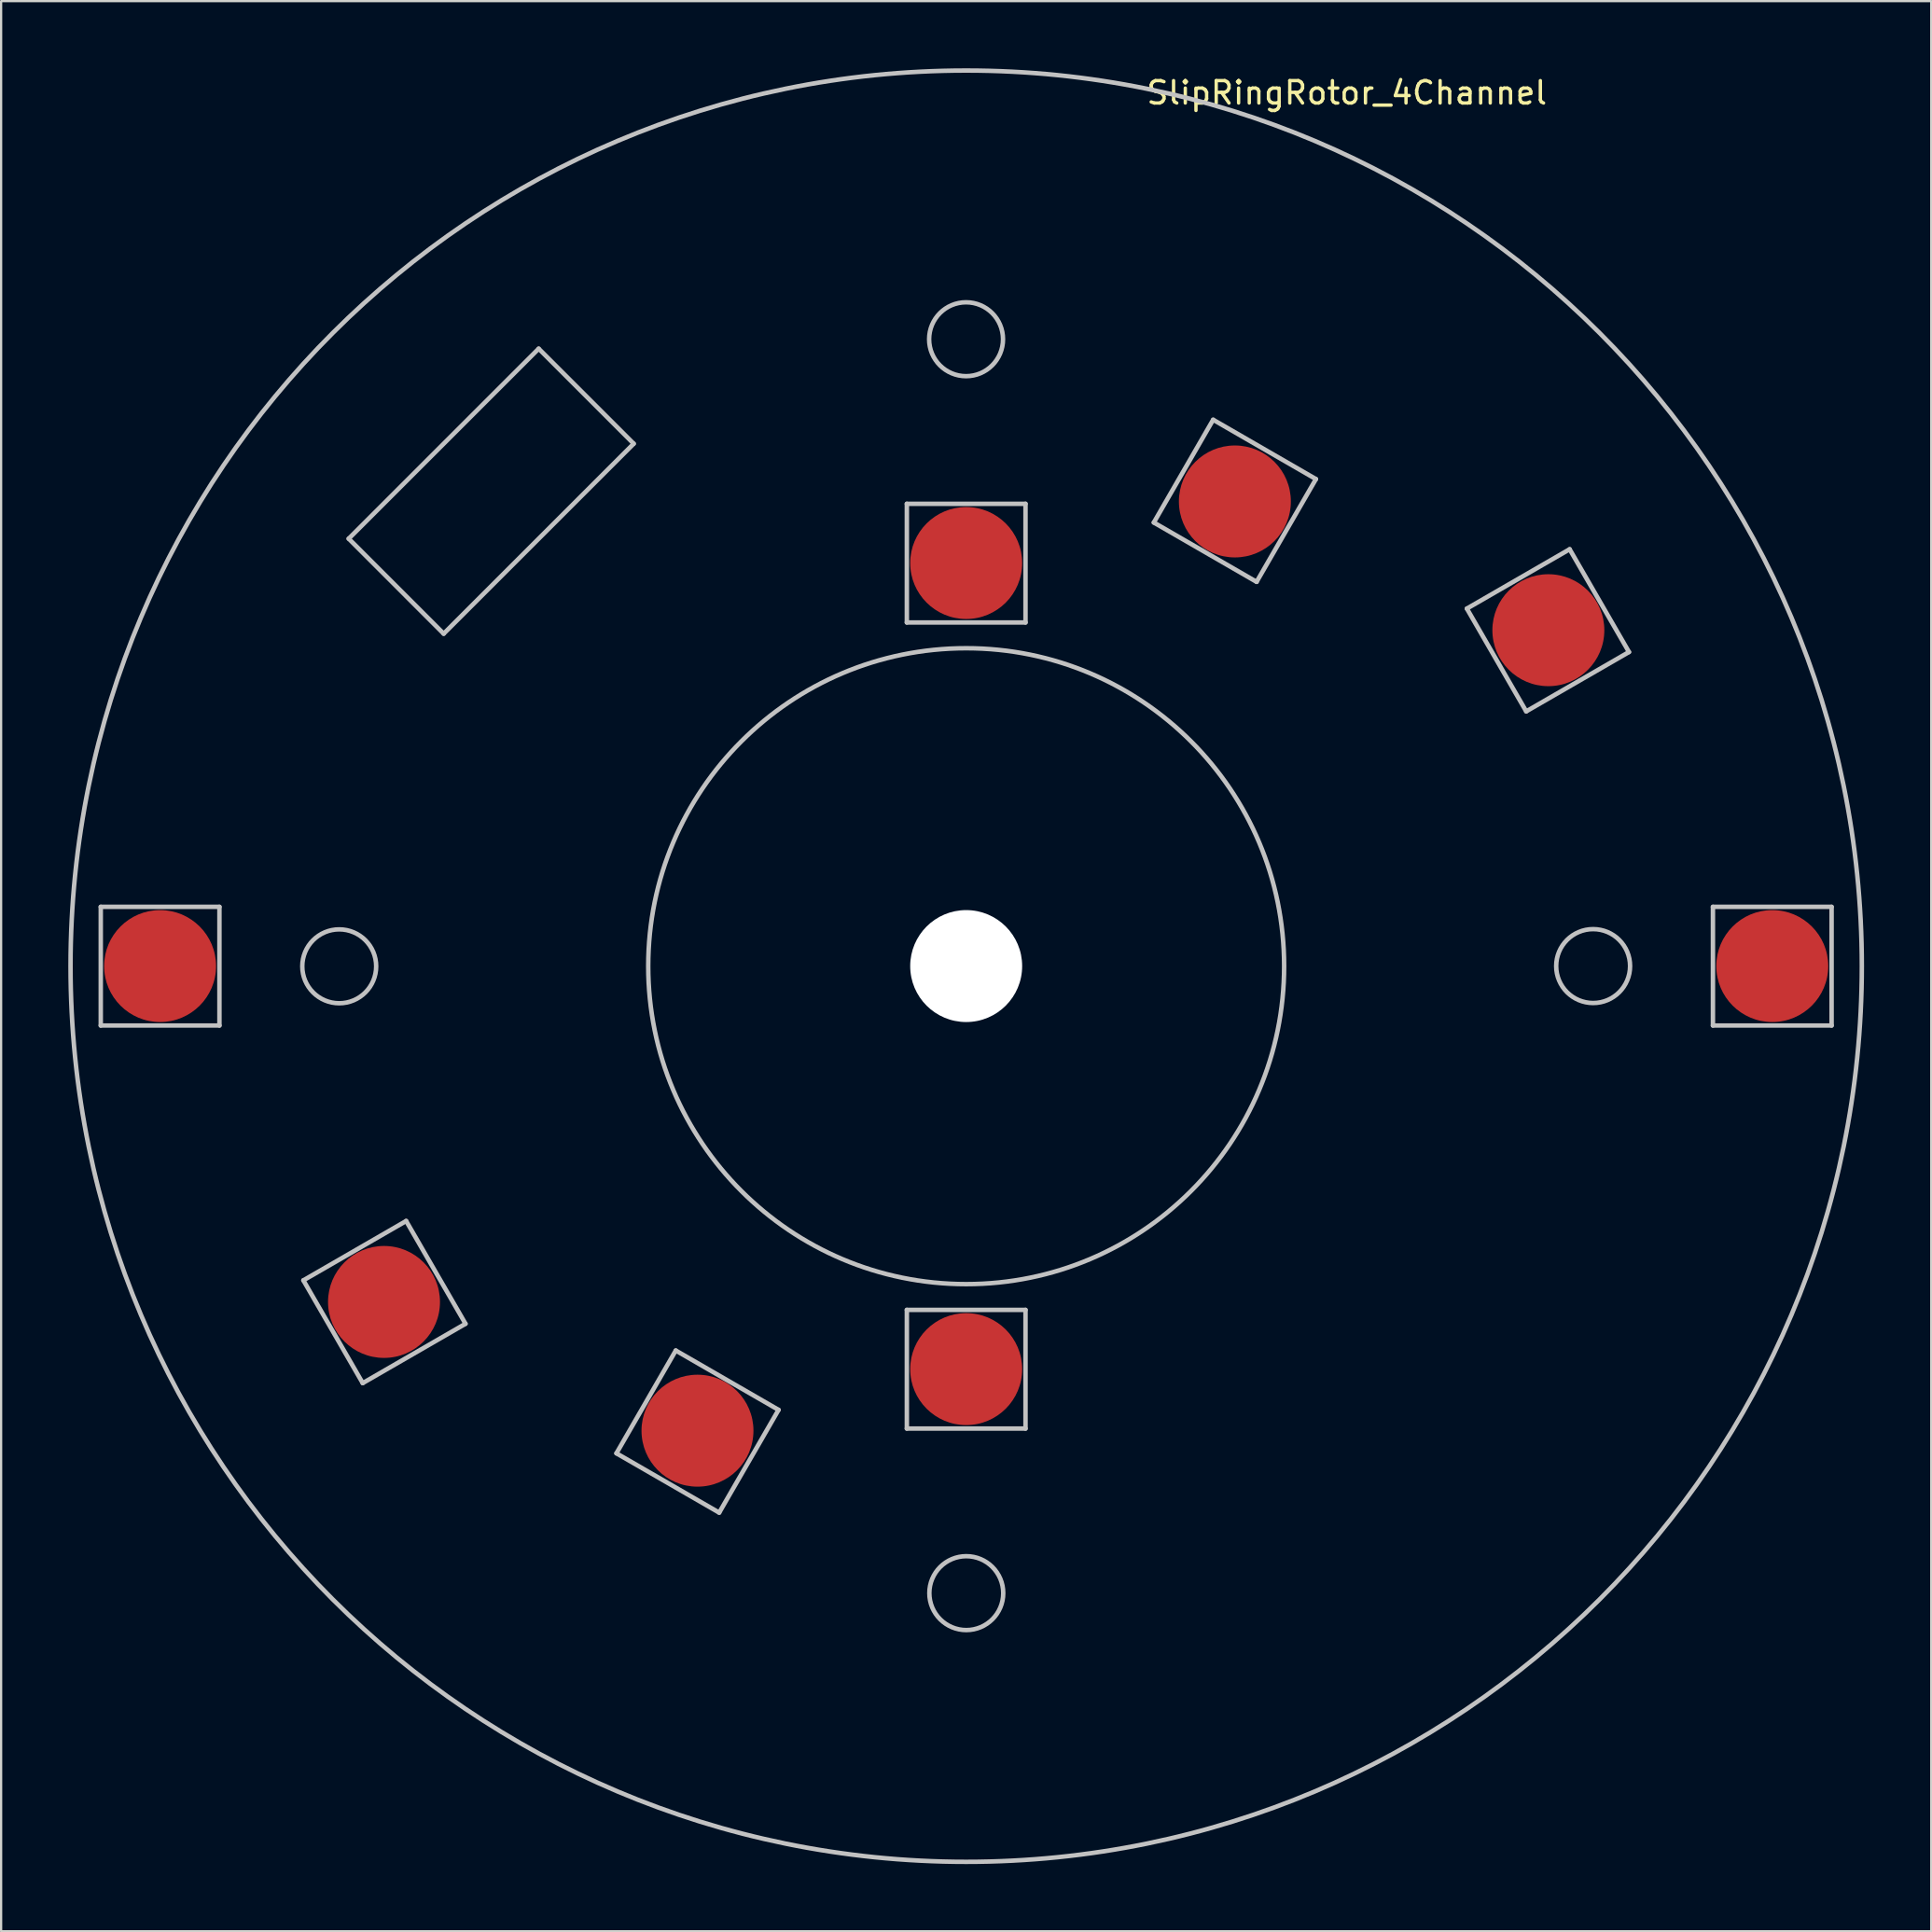
<source format=kicad_pcb>
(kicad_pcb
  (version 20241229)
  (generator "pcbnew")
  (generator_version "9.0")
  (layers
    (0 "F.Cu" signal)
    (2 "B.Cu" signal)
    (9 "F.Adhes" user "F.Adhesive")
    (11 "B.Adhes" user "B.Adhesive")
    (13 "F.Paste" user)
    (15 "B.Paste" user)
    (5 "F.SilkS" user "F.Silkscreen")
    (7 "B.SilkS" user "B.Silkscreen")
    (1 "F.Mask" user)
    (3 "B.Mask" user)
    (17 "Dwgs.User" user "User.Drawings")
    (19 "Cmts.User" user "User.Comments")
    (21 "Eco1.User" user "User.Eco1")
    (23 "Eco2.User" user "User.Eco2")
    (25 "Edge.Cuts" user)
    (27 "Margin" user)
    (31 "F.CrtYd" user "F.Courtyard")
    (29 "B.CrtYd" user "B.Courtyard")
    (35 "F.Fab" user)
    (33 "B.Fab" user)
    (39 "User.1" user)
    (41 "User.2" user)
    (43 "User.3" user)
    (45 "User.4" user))
  (footprint "SlipRingRotor_4Channel"
    (layer "F.Cu")
    (at 40.1 40.095)
    (property "Reference" "SlipRingRotor_4Channel" (at 17 -39 0) (layer "F.SilkS") (effects (font (size 1 1) (thickness 0.15))))
    (attr through_hole)
    (fp_line (start -38.65 -2.645) (end -38.65 2.655) (stroke (width 0.2) (type solid)) (layer "Dwgs.User"))
    (fp_line (start -38.65 2.655) (end -33.35 2.655) (stroke (width 0.2) (type solid)) (layer "Dwgs.User"))
    (fp_line (start -33.35 -2.645) (end -38.65 -2.645) (stroke (width 0.2) (type solid)) (layer "Dwgs.User"))
    (fp_line (start -33.35 2.655) (end -33.35 -2.645) (stroke (width 0.2) (type solid)) (layer "Dwgs.User"))
    (fp_line (start -29.601 14.035) (end -26.951 18.625) (stroke (width 0.2) (type solid)) (layer "Dwgs.User"))
    (fp_line (start -27.577 -19.087) (end -23.335 -14.844) (stroke (width 0.2) (type solid)) (layer "Dwgs.User"))
    (fp_line (start -26.951 18.625) (end -22.361 15.975) (stroke (width 0.2) (type solid)) (layer "Dwgs.User"))
    (fp_line (start -25.011 11.385) (end -29.601 14.035) (stroke (width 0.2) (type solid)) (layer "Dwgs.User"))
    (fp_line (start -23.335 -14.844) (end -14.849 -23.329) (stroke (width 0.2) (type solid)) (layer "Dwgs.User"))
    (fp_line (start -22.361 15.975) (end -25.011 11.385) (stroke (width 0.2) (type solid)) (layer "Dwgs.User"))
    (fp_line (start -19.092 -27.572) (end -27.577 -19.087) (stroke (width 0.2) (type solid)) (layer "Dwgs.User"))
    (fp_line (start -15.62 21.76) (end -11.03 24.41) (stroke (width 0.2) (type solid)) (layer "Dwgs.User"))
    (fp_line (start -14.849 -23.329) (end -19.092 -27.572) (stroke (width 0.2) (type solid)) (layer "Dwgs.User"))
    (fp_line (start -12.97 17.17) (end -15.62 21.76) (stroke (width 0.2) (type solid)) (layer "Dwgs.User"))
    (fp_line (start -11.03 24.41) (end -8.38 19.82) (stroke (width 0.2) (type solid)) (layer "Dwgs.User"))
    (fp_line (start -8.38 19.82) (end -12.97 17.17) (stroke (width 0.2) (type solid)) (layer "Dwgs.User"))
    (fp_line (start -2.65 20.655) (end 2.65 20.655) (stroke (width 0.2) (type solid)) (layer "Dwgs.User"))
    (fp_line (start -2.65 15.355) (end -2.65 20.655) (stroke (width 0.2) (type solid)) (layer "Dwgs.User"))
    (fp_line (start -2.65 -15.345) (end 2.65 -15.345) (stroke (width 0.2) (type solid)) (layer "Dwgs.User"))
    (fp_line (start -2.65 -20.645) (end -2.65 -15.345) (stroke (width 0.2) (type solid)) (layer "Dwgs.User"))
    (fp_line (start 2.65 20.655) (end 2.65 15.355) (stroke (width 0.2) (type solid)) (layer "Dwgs.User"))
    (fp_line (start 2.65 15.355) (end -2.65 15.355) (stroke (width 0.2) (type solid)) (layer "Dwgs.User"))
    (fp_line (start 2.65 -15.345) (end 2.65 -20.645) (stroke (width 0.2) (type solid)) (layer "Dwgs.User"))
    (fp_line (start 2.65 -20.645) (end -2.65 -20.645) (stroke (width 0.2) (type solid)) (layer "Dwgs.User"))
    (fp_line (start 8.38 -19.809) (end 12.97 -17.159) (stroke (width 0.2) (type solid)) (layer "Dwgs.User"))
    (fp_line (start 11.03 -24.399) (end 8.38 -19.809) (stroke (width 0.2) (type solid)) (layer "Dwgs.User"))
    (fp_line (start 12.97 -17.159) (end 15.62 -21.749) (stroke (width 0.2) (type solid)) (layer "Dwgs.User"))
    (fp_line (start 15.62 -21.749) (end 11.03 -24.399) (stroke (width 0.2) (type solid)) (layer "Dwgs.User"))
    (fp_line (start 22.361 -15.965) (end 25.011 -11.375) (stroke (width 0.2) (type solid)) (layer "Dwgs.User"))
    (fp_line (start 25.011 -11.375) (end 29.601 -14.025) (stroke (width 0.2) (type solid)) (layer "Dwgs.User"))
    (fp_line (start 26.951 -18.615) (end 22.361 -15.965) (stroke (width 0.2) (type solid)) (layer "Dwgs.User"))
    (fp_line (start 29.601 -14.025) (end 26.951 -18.615) (stroke (width 0.2) (type solid)) (layer "Dwgs.User"))
    (fp_line (start 33.35 -2.645) (end 33.35 2.655) (stroke (width 0.2) (type solid)) (layer "Dwgs.User"))
    (fp_line (start 33.35 2.655) (end 38.65 2.655) (stroke (width 0.2) (type solid)) (layer "Dwgs.User"))
    (fp_line (start 38.65 -2.645) (end 33.35 -2.645) (stroke (width 0.2) (type solid)) (layer "Dwgs.User"))
    (fp_line (start 38.65 2.655) (end 38.65 -2.645) (stroke (width 0.2) (type solid)) (layer "Dwgs.User"))
    (fp_circle (center -28 0.011) (end -26.35 0.011) (stroke (width 0.2) (type solid)) (fill no) (layer "Dwgs.User"))
    (fp_circle (center -0.005 -27.995) (end 1.645 -27.995) (stroke (width 0.2) (type solid)) (fill no) (layer "Dwgs.User"))
    (fp_circle (center 0 0.005) (end 14.2 0.005) (stroke (width 0.2) (type solid)) (fill no) (layer "Dwgs.User"))
    (fp_circle (center 0 0.005) (end 40 0.005) (stroke (width 0.2) (type solid)) (fill no) (layer "Dwgs.User"))
    (fp_circle (center 0.005 28.005) (end 1.655 28.005) (stroke (width 0.2) (type solid)) (fill no) (layer "Dwgs.User"))
    (fp_circle (center 28 0) (end 29.65 0) (stroke (width 0.2) (type solid)) (fill no) (layer "Dwgs.User"))
    (pad "" np_thru_hole circle (at 0 0) (size 5 5) (drill 5) (layers "*.Cu" "*.Mask"))
    (pad "1" smd circle (at 0 -18) (size 5 5) (layers "F.Cu" "F.Mask" "F.Paste"))
    (pad "1" smd circle (at 0 18) (size 5 5) (layers "F.Cu" "F.Mask" "F.Paste"))
    (pad "2" smd circle (at -12 20.75) (size 5 5) (layers "F.Cu" "F.Mask" "F.Paste"))
    (pad "2" smd circle (at 12 -20.75) (size 5 5) (layers "F.Cu" "F.Mask" "F.Paste"))
    (pad "3" smd circle (at -26 15) (size 5 5) (layers "F.Cu" "F.Mask" "F.Paste"))
    (pad "3" smd circle (at 26 -15) (size 5 5) (layers "F.Cu" "F.Mask" "F.Paste"))
    (pad "4" smd circle (at -36 0) (size 5 5) (layers "F.Cu" "F.Mask" "F.Paste"))
    (pad "4" smd circle (at 36 0) (size 5 5) (layers "F.Cu" "F.Mask" "F.Paste")))
  (gr_rect
    (start -3 -3)
    (end 83.2 83.2)
    (stroke (width 0.1) (type default))
    (fill no)
    (layer "Edge.Cuts")))
</source>
